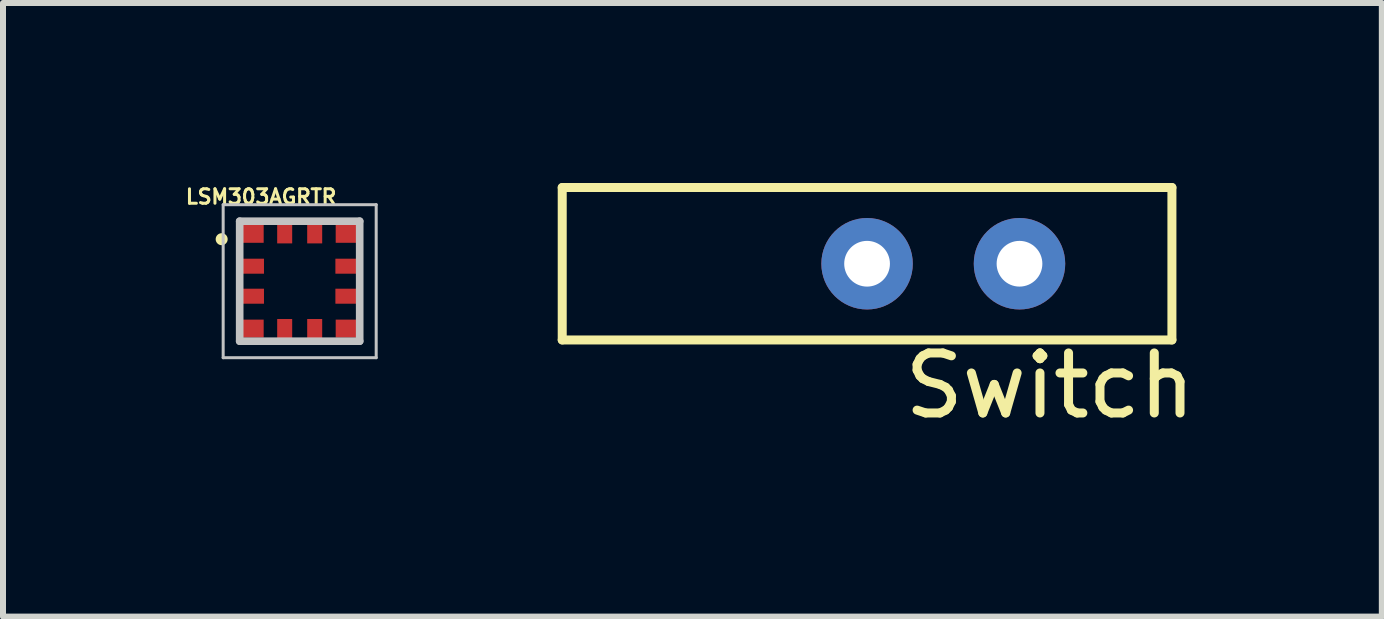
<source format=kicad_pcb>
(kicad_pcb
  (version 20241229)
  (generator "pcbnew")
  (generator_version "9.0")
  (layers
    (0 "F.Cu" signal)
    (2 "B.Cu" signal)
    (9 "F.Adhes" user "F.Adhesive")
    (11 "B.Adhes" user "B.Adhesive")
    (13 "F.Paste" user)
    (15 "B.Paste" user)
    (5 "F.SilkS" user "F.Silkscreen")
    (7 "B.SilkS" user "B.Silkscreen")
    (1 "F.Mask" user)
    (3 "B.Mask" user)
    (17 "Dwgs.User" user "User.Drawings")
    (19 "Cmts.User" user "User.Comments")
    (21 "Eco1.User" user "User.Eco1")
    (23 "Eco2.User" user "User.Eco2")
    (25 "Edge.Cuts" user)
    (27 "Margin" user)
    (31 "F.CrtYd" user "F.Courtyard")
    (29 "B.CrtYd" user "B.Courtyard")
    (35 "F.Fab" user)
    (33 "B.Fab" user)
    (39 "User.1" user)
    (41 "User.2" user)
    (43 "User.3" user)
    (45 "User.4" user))
  (footprint "LSM303AGRTR"
    (layer "F.Cu")
    (at 1.944 1.636)
    (property "Reference" "LSM303AGRTR" (at -0.643 -1.408 0) (layer "F.SilkS") (effects (font (size 0.241 0.241) (thickness 0.05))))
    (attr smd)
    (fp_poly (pts (xy -1.024 -0.46) (xy -0.5 -0.46) (xy -0.5 -0.04) (xy -1.024 -0.04)) (stroke (width 0.381) (type solid)) (fill yes) (layer "F.Mask"))
    (fp_poly (pts (xy -1.023 0.04) (xy -0.5 0.04) (xy -0.5 0.461) (xy -1.023 0.461)) (stroke (width 0.381) (type solid)) (fill yes) (layer "F.Mask"))
    (fp_poly (pts (xy -1.023 0.54) (xy -0.5 0.54) (xy -0.5 0.962) (xy -1.023 0.962)) (stroke (width 0.381) (type solid)) (fill yes) (layer "F.Mask"))
    (fp_poly (pts (xy -1.021 -0.96) (xy -0.5 -0.96) (xy -0.5 -0.541) (xy -1.021 -0.541)) (stroke (width 0.381) (type solid)) (fill yes) (layer "F.Mask"))
    (fp_poly (pts (xy -0.462 0.5) (xy -0.04 0.5) (xy -0.04 1.024) (xy -0.462 1.024)) (stroke (width 0.381) (type solid)) (fill yes) (layer "F.Mask"))
    (fp_poly (pts (xy -0.461 -1.02) (xy -0.04 -1.02) (xy -0.04 -0.501) (xy -0.461 -0.501)) (stroke (width 0.381) (type solid)) (fill yes) (layer "F.Mask"))
    (fp_poly (pts (xy 0.04 -1.02) (xy 0.46 -1.02) (xy 0.46 -0.501) (xy 0.04 -0.501)) (stroke (width 0.381) (type solid)) (fill yes) (layer "F.Mask"))
    (fp_poly (pts (xy 0.04 0.5) (xy 0.46 0.5) (xy 0.46 1.024) (xy 0.04 1.024)) (stroke (width 0.381) (type solid)) (fill yes) (layer "F.Mask"))
    (fp_poly (pts (xy 0.506 0.04) (xy 1.025 0.04) (xy 1.025 0.461) (xy 0.506 0.461)) (stroke (width 0.381) (type solid)) (fill yes) (layer "F.Mask"))
    (fp_poly (pts (xy 0.506 -0.46) (xy 1.025 -0.46) (xy 1.025 -0.04) (xy 0.506 -0.04)) (stroke (width 0.381) (type solid)) (fill yes) (layer "F.Mask"))
    (fp_poly (pts (xy 0.507 0.54) (xy 1.025 0.54) (xy 1.025 0.963) (xy 0.507 0.963)) (stroke (width 0.381) (type solid)) (fill yes) (layer "F.Mask"))
    (fp_poly (pts (xy 0.507 -0.96) (xy 1.025 -0.96) (xy 1.025 -0.543) (xy 0.507 -0.543)) (stroke (width 0.381) (type solid)) (fill yes) (layer "F.Mask"))
    (fp_circle (center -1.3 -0.7) (end -1.2 -0.7) (stroke (width 0) (type solid)) (fill yes) (layer "F.SilkS"))
    (fp_line (start -1.275 -1.275) (end 1.275 -1.275) (stroke (width 0.05) (type solid)) (layer "Dwgs.User"))
    (fp_line (start -1.275 1.275) (end -1.275 -1.275) (stroke (width 0.05) (type solid)) (layer "Dwgs.User"))
    (fp_line (start -1 -1) (end 1 -1) (stroke (width 0.127) (type solid)) (layer "Dwgs.User"))
    (fp_line (start -1 1) (end -1 -1) (stroke (width 0.127) (type solid)) (layer "Dwgs.User"))
    (fp_line (start 1 1) (end -1 1) (stroke (width 0.127) (type solid)) (layer "Dwgs.User"))
    (fp_line (start 1 1) (end 1 -1) (stroke (width 0.127) (type solid)) (layer "Dwgs.User"))
    (fp_line (start 1.275 -1.275) (end 1.275 1.275) (stroke (width 0.05) (type solid)) (layer "Dwgs.User"))
    (fp_line (start 1.275 1.275) (end -1.275 1.275) (stroke (width 0.05) (type solid)) (layer "Dwgs.User"))
    (pad "1" smd rect (at -0.76 -0.75) (size 0.4 0.3) (drill (offset -0.04 -0.04)) (layers "F.Cu" "F.Mask" "F.Paste"))
    (pad "2" smd rect (at -0.76 -0.25) (size 0.4 0.25) (drill (offset -0.035 0)) (layers "F.Cu" "F.Mask" "F.Paste"))
    (pad "3" smd rect (at -0.76 0.25) (size 0.4 0.25) (drill (offset -0.035 0)) (layers "F.Cu" "F.Mask" "F.Paste"))
    (pad "4" smd rect (at -0.76 0.75) (size 0.4 0.3) (drill (offset -0.04 0.04)) (layers "F.Cu" "F.Mask" "F.Paste"))
    (pad "5" smd rect (at -0.25 0.76 90) (size 0.4 0.25) (drill (offset -0.07 0)) (layers "F.Cu" "F.Mask" "F.Paste"))
    (pad "6" smd rect (at 0.25 0.76 90) (size 0.4 0.25) (drill (offset -0.07 0)) (layers "F.Cu" "F.Mask" "F.Paste"))
    (pad "7" smd rect (at 0.76 0.75) (size 0.4 0.3) (drill (offset 0.04 0.04)) (layers "F.Cu" "F.Mask" "F.Paste"))
    (pad "8" smd rect (at 0.76 0.25) (size 0.4 0.25) (drill (offset 0.035 0)) (layers "F.Cu" "F.Mask" "F.Paste"))
    (pad "9" smd rect (at 0.76 -0.25) (size 0.4 0.25) (drill (offset 0.035 0)) (layers "F.Cu" "F.Mask" "F.Paste"))
    (pad "10" smd rect (at 0.76 -0.75) (size 0.4 0.3) (drill (offset 0.04 -0.04)) (layers "F.Cu" "F.Mask" "F.Paste"))
    (pad "11" smd rect (at 0.25 -0.76 90) (size 0.4 0.25) (drill (offset 0.07 0)) (layers "F.Cu" "F.Mask" "F.Paste"))
    (pad "12" smd rect (at -0.25 -0.76 90) (size 0.4 0.25) (drill (offset 0.07 0)) (layers "F.Cu" "F.Mask" "F.Paste")))
  (footprint "Switch"
    (layer "F.Cu")
    (at 11.399 1.345)
    (property "Reference" "Switch" (at 3.048 2.032 0) (layer "F.SilkS") (effects (font (size 1 1) (thickness 0.15))))
    (attr through_hole)
    (fp_line (start -5.08 -1.27) (end 0 -1.27) (stroke (width 0.15) (type solid)) (layer "F.SilkS"))
    (fp_line (start -5.08 1.27) (end -5.08 -1.27) (stroke (width 0.15) (type solid)) (layer "F.SilkS"))
    (fp_line (start 0 -1.27) (end 5.08 -1.27) (stroke (width 0.15) (type solid)) (layer "F.SilkS"))
    (fp_line (start 5.08 -1.27) (end 5.08 1.27) (stroke (width 0.15) (type solid)) (layer "F.SilkS"))
    (fp_line (start 5.08 1.27) (end -5.08 1.27) (stroke (width 0.15) (type solid)) (layer "F.SilkS"))
    (pad "1" thru_hole circle (at 0 0) (size 1.524 1.524) (drill 0.762) (layers "*.Cu" "*.Mask"))
    (pad "2" thru_hole circle (at 2.54 0) (size 1.524 1.524) (drill 0.762) (layers "*.Cu" "*.Mask")))
  (gr_rect
    (start -3 -3)
    (end 19.977 7.225)
    (stroke (width 0.1) (type default))
    (fill no)
    (layer "Edge.Cuts")))
</source>
